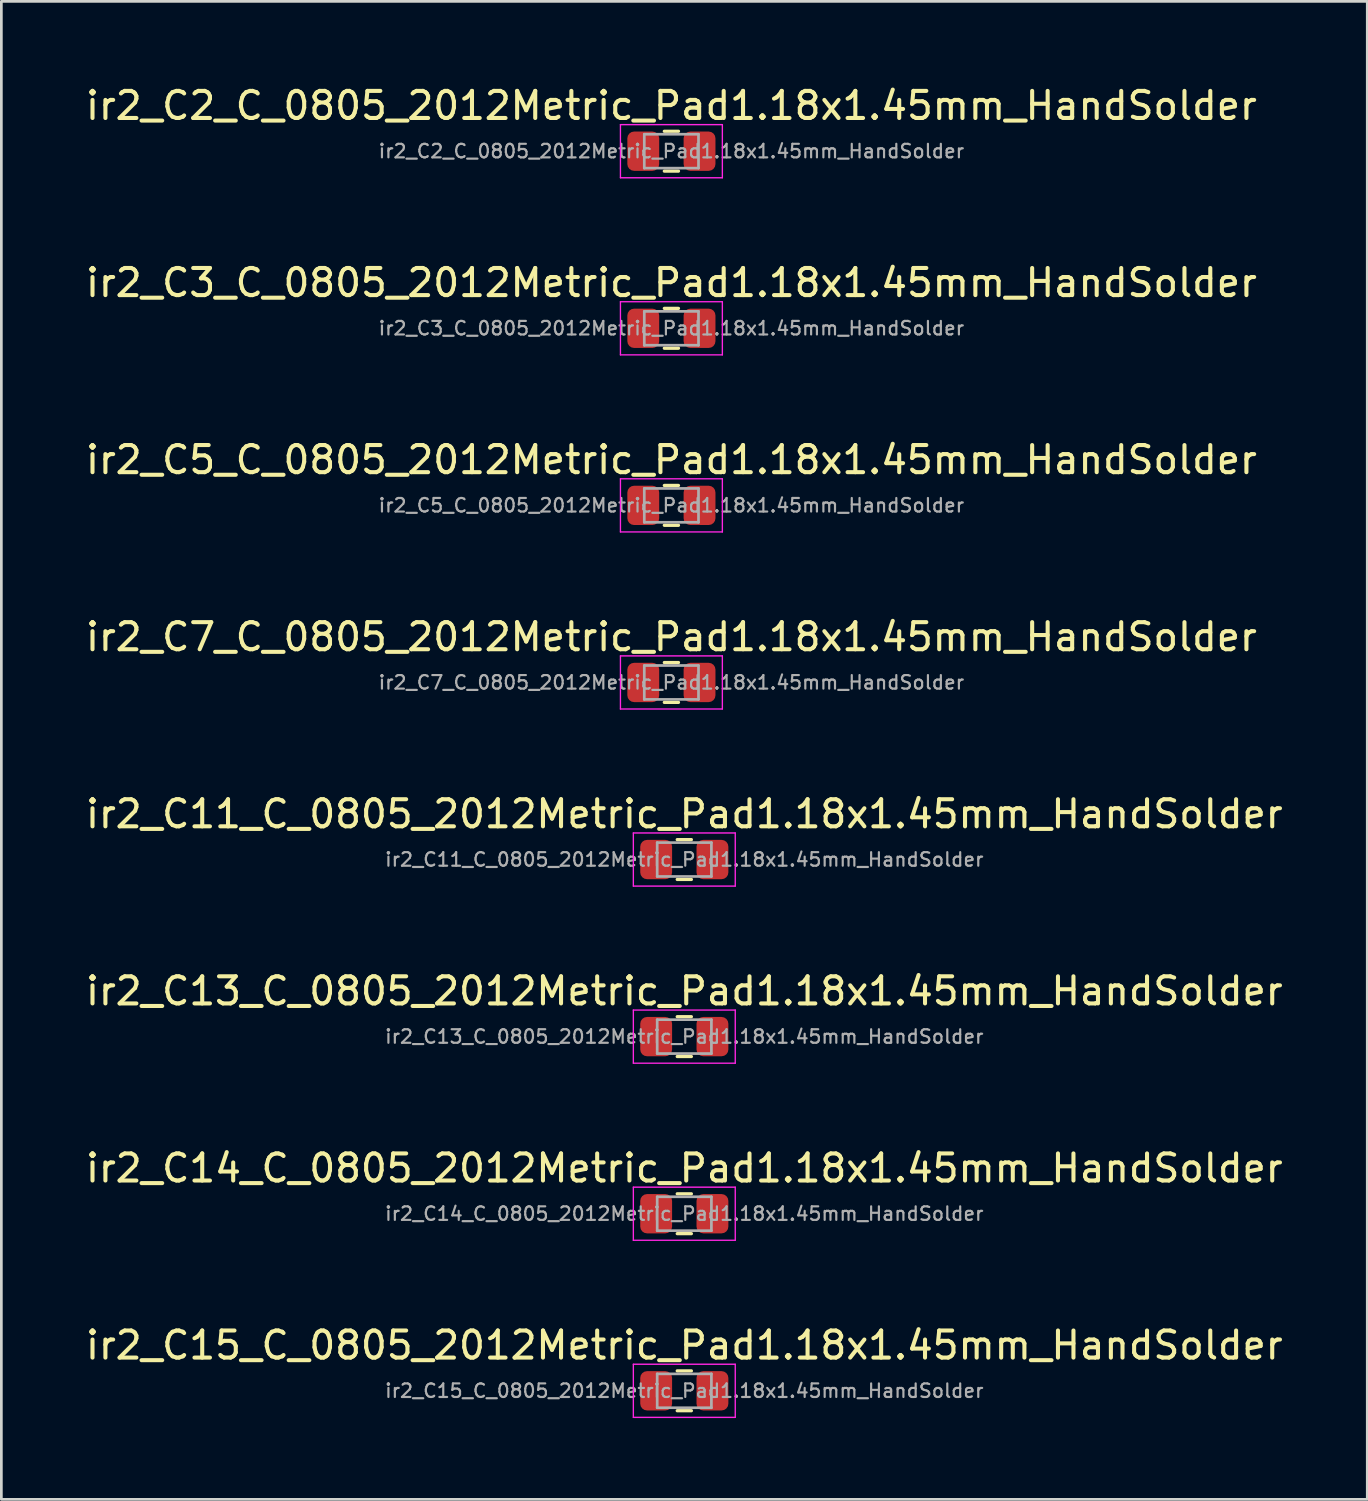
<source format=kicad_pcb>
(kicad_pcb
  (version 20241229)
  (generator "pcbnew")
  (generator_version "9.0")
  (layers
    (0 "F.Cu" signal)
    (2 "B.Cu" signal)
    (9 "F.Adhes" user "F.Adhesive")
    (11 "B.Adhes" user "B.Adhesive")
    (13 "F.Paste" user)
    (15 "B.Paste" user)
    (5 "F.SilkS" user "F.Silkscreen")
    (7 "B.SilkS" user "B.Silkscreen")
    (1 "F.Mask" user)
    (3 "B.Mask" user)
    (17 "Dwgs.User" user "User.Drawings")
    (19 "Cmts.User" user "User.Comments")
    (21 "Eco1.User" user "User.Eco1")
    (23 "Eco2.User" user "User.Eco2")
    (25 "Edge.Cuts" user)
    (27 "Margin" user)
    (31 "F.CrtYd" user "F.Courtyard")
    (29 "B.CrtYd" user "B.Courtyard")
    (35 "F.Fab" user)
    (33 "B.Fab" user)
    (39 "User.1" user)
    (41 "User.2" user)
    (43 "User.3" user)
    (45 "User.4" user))
  (footprint "ir2_C5_C_0805_2012Metric_Pad1.18x1.45mm_HandSolder"
    (layer "F.Cu")
    (at 21.72 15.595)
    (property "Reference" "ir2_C5_C_0805_2012Metric_Pad1.18x1.45mm_HandSolder" (at 0 -1.68 0) (layer "F.SilkS") (effects (font (size 1 1) (thickness 0.15))))
    (attr smd)
    (fp_line (start -0.261 -0.735) (end 0.261 -0.735) (stroke (width 0.12) (type solid)) (layer "F.SilkS"))
    (fp_line (start -0.261 0.735) (end 0.261 0.735) (stroke (width 0.12) (type solid)) (layer "F.SilkS"))
    (fp_line (start -1.88 -0.98) (end 1.88 -0.98) (stroke (width 0.05) (type solid)) (layer "F.CrtYd"))
    (fp_line (start -1.88 0.98) (end -1.88 -0.98) (stroke (width 0.05) (type solid)) (layer "F.CrtYd"))
    (fp_line (start 1.88 -0.98) (end 1.88 0.98) (stroke (width 0.05) (type solid)) (layer "F.CrtYd"))
    (fp_line (start 1.88 0.98) (end -1.88 0.98) (stroke (width 0.05) (type solid)) (layer "F.CrtYd"))
    (fp_line (start -1 -0.625) (end 1 -0.625) (stroke (width 0.1) (type solid)) (layer "F.Fab"))
    (fp_line (start -1 0.625) (end -1 -0.625) (stroke (width 0.1) (type solid)) (layer "F.Fab"))
    (fp_line (start 1 -0.625) (end 1 0.625) (stroke (width 0.1) (type solid)) (layer "F.Fab"))
    (fp_line (start 1 0.625) (end -1 0.625) (stroke (width 0.1) (type solid)) (layer "F.Fab"))
    (fp_text user "${REFERENCE}" (at 0 0 0) (layer "F.Fab") (effects (font (size 0.5 0.5) (thickness 0.08))))
    (pad "1" smd roundrect (at -1.038 0) (size 1.175 1.45) (layers "F.Cu" "F.Mask" "F.Paste") (roundrect_rratio 0.213))
    (pad "2" smd roundrect (at 1.038 0) (size 1.175 1.45) (layers "F.Cu" "F.Mask" "F.Paste") (roundrect_rratio 0.213)))
  (footprint "ir2_C2_C_0805_2012Metric_Pad1.18x1.45mm_HandSolder"
    (layer "F.Cu")
    (at 21.72 2.528)
    (property "Reference" "ir2_C2_C_0805_2012Metric_Pad1.18x1.45mm_HandSolder" (at 0 -1.68 0) (layer "F.SilkS") (effects (font (size 1 1) (thickness 0.15))))
    (attr smd)
    (fp_line (start -0.261 -0.735) (end 0.261 -0.735) (stroke (width 0.12) (type solid)) (layer "F.SilkS"))
    (fp_line (start -0.261 0.735) (end 0.261 0.735) (stroke (width 0.12) (type solid)) (layer "F.SilkS"))
    (fp_line (start -1.88 -0.98) (end 1.88 -0.98) (stroke (width 0.05) (type solid)) (layer "F.CrtYd"))
    (fp_line (start -1.88 0.98) (end -1.88 -0.98) (stroke (width 0.05) (type solid)) (layer "F.CrtYd"))
    (fp_line (start 1.88 -0.98) (end 1.88 0.98) (stroke (width 0.05) (type solid)) (layer "F.CrtYd"))
    (fp_line (start 1.88 0.98) (end -1.88 0.98) (stroke (width 0.05) (type solid)) (layer "F.CrtYd"))
    (fp_line (start -1 -0.625) (end 1 -0.625) (stroke (width 0.1) (type solid)) (layer "F.Fab"))
    (fp_line (start -1 0.625) (end -1 -0.625) (stroke (width 0.1) (type solid)) (layer "F.Fab"))
    (fp_line (start 1 -0.625) (end 1 0.625) (stroke (width 0.1) (type solid)) (layer "F.Fab"))
    (fp_line (start 1 0.625) (end -1 0.625) (stroke (width 0.1) (type solid)) (layer "F.Fab"))
    (fp_text user "${REFERENCE}" (at 0 0 0) (layer "F.Fab") (effects (font (size 0.5 0.5) (thickness 0.08))))
    (pad "1" smd roundrect (at -1.038 0) (size 1.175 1.45) (layers "F.Cu" "F.Mask" "F.Paste") (roundrect_rratio 0.213))
    (pad "2" smd roundrect (at 1.038 0) (size 1.175 1.45) (layers "F.Cu" "F.Mask" "F.Paste") (roundrect_rratio 0.213)))
  (footprint "ir2_C3_C_0805_2012Metric_Pad1.18x1.45mm_HandSolder"
    (layer "F.Cu")
    (at 21.72 9.062)
    (property "Reference" "ir2_C3_C_0805_2012Metric_Pad1.18x1.45mm_HandSolder" (at 0 -1.68 0) (layer "F.SilkS") (effects (font (size 1 1) (thickness 0.15))))
    (attr smd)
    (fp_line (start -0.261 -0.735) (end 0.261 -0.735) (stroke (width 0.12) (type solid)) (layer "F.SilkS"))
    (fp_line (start -0.261 0.735) (end 0.261 0.735) (stroke (width 0.12) (type solid)) (layer "F.SilkS"))
    (fp_line (start -1.88 -0.98) (end 1.88 -0.98) (stroke (width 0.05) (type solid)) (layer "F.CrtYd"))
    (fp_line (start -1.88 0.98) (end -1.88 -0.98) (stroke (width 0.05) (type solid)) (layer "F.CrtYd"))
    (fp_line (start 1.88 -0.98) (end 1.88 0.98) (stroke (width 0.05) (type solid)) (layer "F.CrtYd"))
    (fp_line (start 1.88 0.98) (end -1.88 0.98) (stroke (width 0.05) (type solid)) (layer "F.CrtYd"))
    (fp_line (start -1 -0.625) (end 1 -0.625) (stroke (width 0.1) (type solid)) (layer "F.Fab"))
    (fp_line (start -1 0.625) (end -1 -0.625) (stroke (width 0.1) (type solid)) (layer "F.Fab"))
    (fp_line (start 1 -0.625) (end 1 0.625) (stroke (width 0.1) (type solid)) (layer "F.Fab"))
    (fp_line (start 1 0.625) (end -1 0.625) (stroke (width 0.1) (type solid)) (layer "F.Fab"))
    (fp_text user "${REFERENCE}" (at 0 0 0) (layer "F.Fab") (effects (font (size 0.5 0.5) (thickness 0.08))))
    (pad "1" smd roundrect (at -1.038 0) (size 1.175 1.45) (layers "F.Cu" "F.Mask" "F.Paste") (roundrect_rratio 0.213))
    (pad "2" smd roundrect (at 1.038 0) (size 1.175 1.45) (layers "F.Cu" "F.Mask" "F.Paste") (roundrect_rratio 0.213)))
  (footprint "ir2_C13_C_0805_2012Metric_Pad1.18x1.45mm_HandSolder"
    (layer "F.Cu")
    (at 22.196 35.194)
    (property "Reference" "ir2_C13_C_0805_2012Metric_Pad1.18x1.45mm_HandSolder" (at 0 -1.68 0) (layer "F.SilkS") (effects (font (size 1 1) (thickness 0.15))))
    (attr smd)
    (fp_line (start -0.261 -0.735) (end 0.261 -0.735) (stroke (width 0.12) (type solid)) (layer "F.SilkS"))
    (fp_line (start -0.261 0.735) (end 0.261 0.735) (stroke (width 0.12) (type solid)) (layer "F.SilkS"))
    (fp_line (start -1.88 -0.98) (end 1.88 -0.98) (stroke (width 0.05) (type solid)) (layer "F.CrtYd"))
    (fp_line (start -1.88 0.98) (end -1.88 -0.98) (stroke (width 0.05) (type solid)) (layer "F.CrtYd"))
    (fp_line (start 1.88 -0.98) (end 1.88 0.98) (stroke (width 0.05) (type solid)) (layer "F.CrtYd"))
    (fp_line (start 1.88 0.98) (end -1.88 0.98) (stroke (width 0.05) (type solid)) (layer "F.CrtYd"))
    (fp_line (start -1 -0.625) (end 1 -0.625) (stroke (width 0.1) (type solid)) (layer "F.Fab"))
    (fp_line (start -1 0.625) (end -1 -0.625) (stroke (width 0.1) (type solid)) (layer "F.Fab"))
    (fp_line (start 1 -0.625) (end 1 0.625) (stroke (width 0.1) (type solid)) (layer "F.Fab"))
    (fp_line (start 1 0.625) (end -1 0.625) (stroke (width 0.1) (type solid)) (layer "F.Fab"))
    (fp_text user "${REFERENCE}" (at 0 0 0) (layer "F.Fab") (effects (font (size 0.5 0.5) (thickness 0.08))))
    (pad "1" smd roundrect (at -1.038 0) (size 1.175 1.45) (layers "F.Cu" "F.Mask" "F.Paste") (roundrect_rratio 0.213))
    (pad "2" smd roundrect (at 1.038 0) (size 1.175 1.45) (layers "F.Cu" "F.Mask" "F.Paste") (roundrect_rratio 0.213)))
  (footprint "ir2_C11_C_0805_2012Metric_Pad1.18x1.45mm_HandSolder"
    (layer "F.Cu")
    (at 22.196 28.661)
    (property "Reference" "ir2_C11_C_0805_2012Metric_Pad1.18x1.45mm_HandSolder" (at 0 -1.68 0) (layer "F.SilkS") (effects (font (size 1 1) (thickness 0.15))))
    (attr smd)
    (fp_line (start -0.261 -0.735) (end 0.261 -0.735) (stroke (width 0.12) (type solid)) (layer "F.SilkS"))
    (fp_line (start -0.261 0.735) (end 0.261 0.735) (stroke (width 0.12) (type solid)) (layer "F.SilkS"))
    (fp_line (start -1.88 -0.98) (end 1.88 -0.98) (stroke (width 0.05) (type solid)) (layer "F.CrtYd"))
    (fp_line (start -1.88 0.98) (end -1.88 -0.98) (stroke (width 0.05) (type solid)) (layer "F.CrtYd"))
    (fp_line (start 1.88 -0.98) (end 1.88 0.98) (stroke (width 0.05) (type solid)) (layer "F.CrtYd"))
    (fp_line (start 1.88 0.98) (end -1.88 0.98) (stroke (width 0.05) (type solid)) (layer "F.CrtYd"))
    (fp_line (start -1 -0.625) (end 1 -0.625) (stroke (width 0.1) (type solid)) (layer "F.Fab"))
    (fp_line (start -1 0.625) (end -1 -0.625) (stroke (width 0.1) (type solid)) (layer "F.Fab"))
    (fp_line (start 1 -0.625) (end 1 0.625) (stroke (width 0.1) (type solid)) (layer "F.Fab"))
    (fp_line (start 1 0.625) (end -1 0.625) (stroke (width 0.1) (type solid)) (layer "F.Fab"))
    (fp_text user "${REFERENCE}" (at 0 0 0) (layer "F.Fab") (effects (font (size 0.5 0.5) (thickness 0.08))))
    (pad "1" smd roundrect (at -1.038 0) (size 1.175 1.45) (layers "F.Cu" "F.Mask" "F.Paste") (roundrect_rratio 0.213))
    (pad "2" smd roundrect (at 1.038 0) (size 1.175 1.45) (layers "F.Cu" "F.Mask" "F.Paste") (roundrect_rratio 0.213)))
  (footprint "ir2_C7_C_0805_2012Metric_Pad1.18x1.45mm_HandSolder"
    (layer "F.Cu")
    (at 21.72 22.128)
    (property "Reference" "ir2_C7_C_0805_2012Metric_Pad1.18x1.45mm_HandSolder" (at 0 -1.68 0) (layer "F.SilkS") (effects (font (size 1 1) (thickness 0.15))))
    (attr smd)
    (fp_line (start -0.261 -0.735) (end 0.261 -0.735) (stroke (width 0.12) (type solid)) (layer "F.SilkS"))
    (fp_line (start -0.261 0.735) (end 0.261 0.735) (stroke (width 0.12) (type solid)) (layer "F.SilkS"))
    (fp_line (start -1.88 -0.98) (end 1.88 -0.98) (stroke (width 0.05) (type solid)) (layer "F.CrtYd"))
    (fp_line (start -1.88 0.98) (end -1.88 -0.98) (stroke (width 0.05) (type solid)) (layer "F.CrtYd"))
    (fp_line (start 1.88 -0.98) (end 1.88 0.98) (stroke (width 0.05) (type solid)) (layer "F.CrtYd"))
    (fp_line (start 1.88 0.98) (end -1.88 0.98) (stroke (width 0.05) (type solid)) (layer "F.CrtYd"))
    (fp_line (start -1 -0.625) (end 1 -0.625) (stroke (width 0.1) (type solid)) (layer "F.Fab"))
    (fp_line (start -1 0.625) (end -1 -0.625) (stroke (width 0.1) (type solid)) (layer "F.Fab"))
    (fp_line (start 1 -0.625) (end 1 0.625) (stroke (width 0.1) (type solid)) (layer "F.Fab"))
    (fp_line (start 1 0.625) (end -1 0.625) (stroke (width 0.1) (type solid)) (layer "F.Fab"))
    (fp_text user "${REFERENCE}" (at 0 0 0) (layer "F.Fab") (effects (font (size 0.5 0.5) (thickness 0.08))))
    (pad "1" smd roundrect (at -1.038 0) (size 1.175 1.45) (layers "F.Cu" "F.Mask" "F.Paste") (roundrect_rratio 0.213))
    (pad "2" smd roundrect (at 1.038 0) (size 1.175 1.45) (layers "F.Cu" "F.Mask" "F.Paste") (roundrect_rratio 0.213)))
  (footprint "ir2_C14_C_0805_2012Metric_Pad1.18x1.45mm_HandSolder"
    (layer "F.Cu")
    (at 22.196 41.728)
    (property "Reference" "ir2_C14_C_0805_2012Metric_Pad1.18x1.45mm_HandSolder" (at 0 -1.68 0) (layer "F.SilkS") (effects (font (size 1 1) (thickness 0.15))))
    (attr smd)
    (fp_line (start -0.261 -0.735) (end 0.261 -0.735) (stroke (width 0.12) (type solid)) (layer "F.SilkS"))
    (fp_line (start -0.261 0.735) (end 0.261 0.735) (stroke (width 0.12) (type solid)) (layer "F.SilkS"))
    (fp_line (start -1.88 -0.98) (end 1.88 -0.98) (stroke (width 0.05) (type solid)) (layer "F.CrtYd"))
    (fp_line (start -1.88 0.98) (end -1.88 -0.98) (stroke (width 0.05) (type solid)) (layer "F.CrtYd"))
    (fp_line (start 1.88 -0.98) (end 1.88 0.98) (stroke (width 0.05) (type solid)) (layer "F.CrtYd"))
    (fp_line (start 1.88 0.98) (end -1.88 0.98) (stroke (width 0.05) (type solid)) (layer "F.CrtYd"))
    (fp_line (start -1 -0.625) (end 1 -0.625) (stroke (width 0.1) (type solid)) (layer "F.Fab"))
    (fp_line (start -1 0.625) (end -1 -0.625) (stroke (width 0.1) (type solid)) (layer "F.Fab"))
    (fp_line (start 1 -0.625) (end 1 0.625) (stroke (width 0.1) (type solid)) (layer "F.Fab"))
    (fp_line (start 1 0.625) (end -1 0.625) (stroke (width 0.1) (type solid)) (layer "F.Fab"))
    (fp_text user "${REFERENCE}" (at 0 0 0) (layer "F.Fab") (effects (font (size 0.5 0.5) (thickness 0.08))))
    (pad "1" smd roundrect (at -1.038 0) (size 1.175 1.45) (layers "F.Cu" "F.Mask" "F.Paste") (roundrect_rratio 0.213))
    (pad "2" smd roundrect (at 1.038 0) (size 1.175 1.45) (layers "F.Cu" "F.Mask" "F.Paste") (roundrect_rratio 0.213)))
  (footprint "ir2_C15_C_0805_2012Metric_Pad1.18x1.45mm_HandSolder"
    (layer "F.Cu")
    (at 22.196 48.261)
    (property "Reference" "ir2_C15_C_0805_2012Metric_Pad1.18x1.45mm_HandSolder" (at 0 -1.68 0) (layer "F.SilkS") (effects (font (size 1 1) (thickness 0.15))))
    (attr smd)
    (fp_line (start -0.261 -0.735) (end 0.261 -0.735) (stroke (width 0.12) (type solid)) (layer "F.SilkS"))
    (fp_line (start -0.261 0.735) (end 0.261 0.735) (stroke (width 0.12) (type solid)) (layer "F.SilkS"))
    (fp_line (start -1.88 -0.98) (end 1.88 -0.98) (stroke (width 0.05) (type solid)) (layer "F.CrtYd"))
    (fp_line (start -1.88 0.98) (end -1.88 -0.98) (stroke (width 0.05) (type solid)) (layer "F.CrtYd"))
    (fp_line (start 1.88 -0.98) (end 1.88 0.98) (stroke (width 0.05) (type solid)) (layer "F.CrtYd"))
    (fp_line (start 1.88 0.98) (end -1.88 0.98) (stroke (width 0.05) (type solid)) (layer "F.CrtYd"))
    (fp_line (start -1 -0.625) (end 1 -0.625) (stroke (width 0.1) (type solid)) (layer "F.Fab"))
    (fp_line (start -1 0.625) (end -1 -0.625) (stroke (width 0.1) (type solid)) (layer "F.Fab"))
    (fp_line (start 1 -0.625) (end 1 0.625) (stroke (width 0.1) (type solid)) (layer "F.Fab"))
    (fp_line (start 1 0.625) (end -1 0.625) (stroke (width 0.1) (type solid)) (layer "F.Fab"))
    (fp_text user "${REFERENCE}" (at 0 0 0) (layer "F.Fab") (effects (font (size 0.5 0.5) (thickness 0.08))))
    (pad "1" smd roundrect (at -1.038 0) (size 1.175 1.45) (layers "F.Cu" "F.Mask" "F.Paste") (roundrect_rratio 0.213))
    (pad "2" smd roundrect (at 1.038 0) (size 1.175 1.45) (layers "F.Cu" "F.Mask" "F.Paste") (roundrect_rratio 0.213)))
  (gr_rect
    (start -3 -3)
    (end 47.393 52.266)
    (stroke (width 0.1) (type default))
    (fill no)
    (layer "Edge.Cuts")))
</source>
